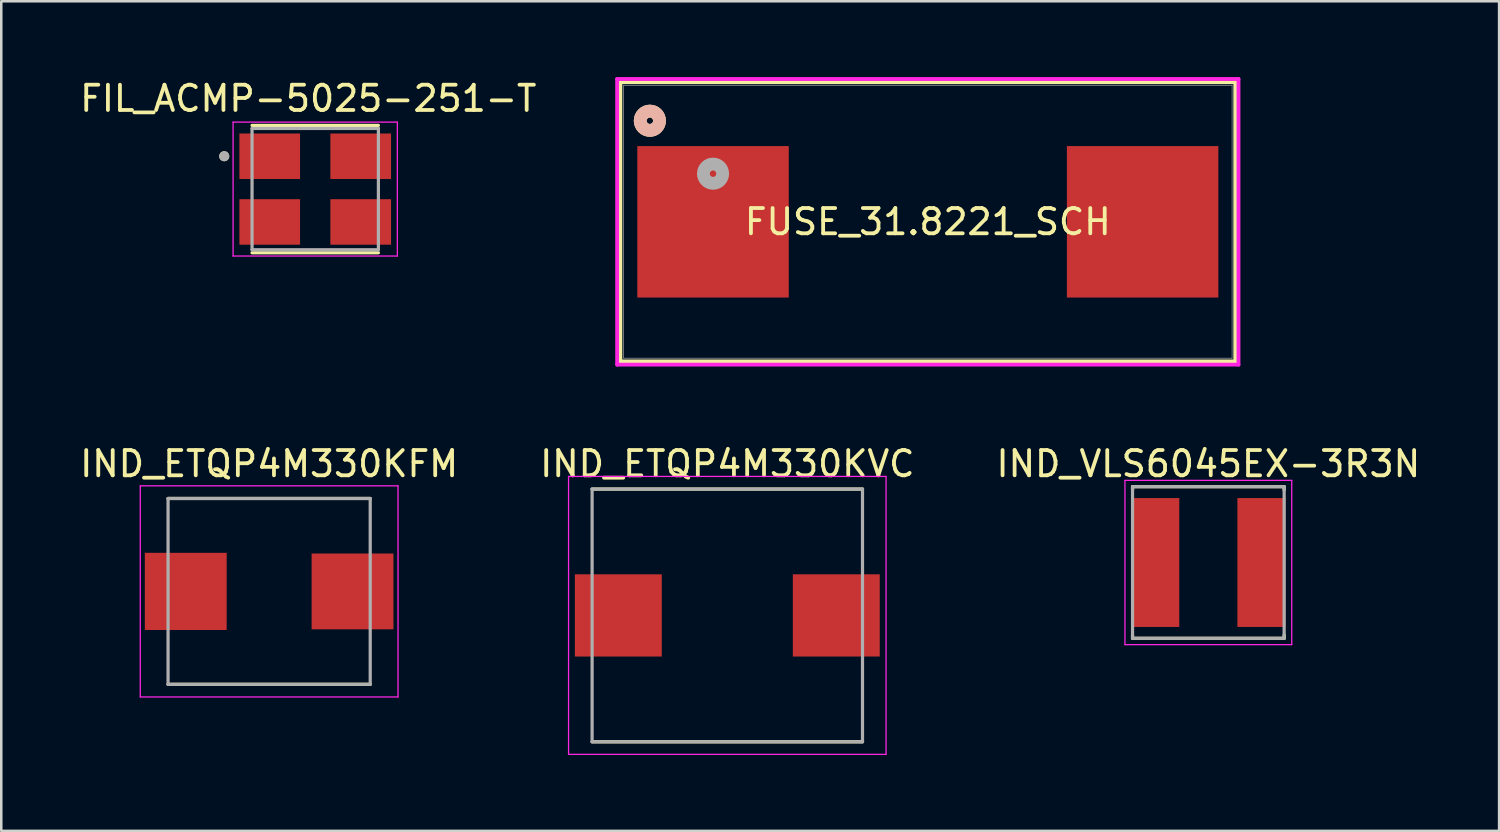
<source format=kicad_pcb>
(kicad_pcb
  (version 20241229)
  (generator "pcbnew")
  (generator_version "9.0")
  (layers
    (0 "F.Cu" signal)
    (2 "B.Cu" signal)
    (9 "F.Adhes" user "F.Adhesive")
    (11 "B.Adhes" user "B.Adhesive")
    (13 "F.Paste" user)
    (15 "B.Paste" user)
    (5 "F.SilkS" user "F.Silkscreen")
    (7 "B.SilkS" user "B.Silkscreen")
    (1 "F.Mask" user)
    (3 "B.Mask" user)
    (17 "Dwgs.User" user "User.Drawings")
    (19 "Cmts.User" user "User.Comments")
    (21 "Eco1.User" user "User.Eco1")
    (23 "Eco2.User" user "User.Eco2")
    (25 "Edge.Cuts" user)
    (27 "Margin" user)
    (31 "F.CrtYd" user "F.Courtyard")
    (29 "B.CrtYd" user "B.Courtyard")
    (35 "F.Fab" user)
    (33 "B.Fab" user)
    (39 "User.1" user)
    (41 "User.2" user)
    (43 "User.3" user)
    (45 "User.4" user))
  (footprint "FUSE_31.8221_SCH"
    (layer "F.Cu")
    (at 33.667 5.728)
    (property "Reference" "FUSE_31.8221_SCH" (at 0 0 0) (unlocked yes) (layer "F.SilkS") (effects (font (size 1 1) (thickness 0.15))))
    (attr smd)
    (fp_line (start -12.167 -5.524) (end -12.167 5.524) (stroke (width 0.152) (type solid)) (layer "F.SilkS"))
    (fp_line (start -12.167 5.524) (end 12.167 5.524) (stroke (width 0.152) (type solid)) (layer "F.SilkS"))
    (fp_line (start 12.167 -5.524) (end -12.167 -5.524) (stroke (width 0.152) (type solid)) (layer "F.SilkS"))
    (fp_line (start 12.167 5.524) (end 12.167 -5.524) (stroke (width 0.152) (type solid)) (layer "F.SilkS"))
    (fp_circle (center -11 -4) (end -10.619 -4) (stroke (width 0.508) (type solid)) (fill no) (layer "F.SilkS"))
    (fp_circle (center -11 -4) (end -10.619 -4) (stroke (width 0.508) (type solid)) (fill no) (layer "B.SilkS"))
    (fp_line (start -12.294 -5.652) (end -12.294 5.652) (stroke (width 0.152) (type solid)) (layer "F.CrtYd"))
    (fp_line (start -12.294 5.652) (end 12.294 5.652) (stroke (width 0.152) (type solid)) (layer "F.CrtYd"))
    (fp_line (start 12.294 -5.652) (end -12.294 -5.652) (stroke (width 0.152) (type solid)) (layer "F.CrtYd"))
    (fp_line (start 12.294 5.652) (end 12.294 -5.652) (stroke (width 0.152) (type solid)) (layer "F.CrtYd"))
    (fp_line (start -12.04 -5.397) (end -12.04 5.397) (stroke (width 0.025) (type solid)) (layer "F.Fab"))
    (fp_line (start -12.04 5.397) (end 12.04 5.397) (stroke (width 0.025) (type solid)) (layer "F.Fab"))
    (fp_line (start 12.04 -5.397) (end -12.04 -5.397) (stroke (width 0.025) (type solid)) (layer "F.Fab"))
    (fp_line (start 12.04 5.397) (end 12.04 -5.397) (stroke (width 0.025) (type solid)) (layer "F.Fab"))
    (fp_circle (center -8.5 -1.905) (end -8.119 -1.905) (stroke (width 0.508) (type solid)) (fill no) (layer "F.Fab"))
    (pad "1" smd rect (at -8.5 0) (size 5.994 5.994) (layers "F.Cu" "F.Mask" "F.Paste"))
    (pad "2" smd rect (at 8.5 0) (size 5.994 5.994) (layers "F.Cu" "F.Mask" "F.Paste")))
  (footprint "IND_VLS6045EX-3R3N"
    (layer "F.Cu")
    (at 44.768 19.21)
    (property "Reference" "IND_VLS6045EX-3R3N" (at 0 -3.906 0) (layer "F.SilkS") (effects (font (size 1 1) (thickness 0.15))))
    (attr smd)
    (fp_line (start -3 -3) (end -3 -2.87) (stroke (width 0.127) (type solid)) (layer "F.SilkS"))
    (fp_line (start -3 -3) (end 3 -3) (stroke (width 0.127) (type solid)) (layer "F.SilkS"))
    (fp_line (start -3 3) (end -3 2.87) (stroke (width 0.127) (type solid)) (layer "F.SilkS"))
    (fp_line (start -3 3) (end 3 3) (stroke (width 0.127) (type solid)) (layer "F.SilkS"))
    (fp_line (start 3 -3) (end 3 -2.87) (stroke (width 0.127) (type solid)) (layer "F.SilkS"))
    (fp_line (start 3 3) (end 3 2.87) (stroke (width 0.127) (type solid)) (layer "F.SilkS"))
    (fp_line (start -3.3 -3.25) (end -3.3 3.25) (stroke (width 0.05) (type solid)) (layer "F.CrtYd"))
    (fp_line (start -3.3 3.25) (end 3.3 3.25) (stroke (width 0.05) (type solid)) (layer "F.CrtYd"))
    (fp_line (start 3.3 -3.25) (end -3.3 -3.25) (stroke (width 0.05) (type solid)) (layer "F.CrtYd"))
    (fp_line (start 3.3 3.25) (end 3.3 -3.25) (stroke (width 0.05) (type solid)) (layer "F.CrtYd"))
    (fp_line (start -3 -3) (end -3 3) (stroke (width 0.127) (type solid)) (layer "F.Fab"))
    (fp_line (start -3 -3) (end 3 -3) (stroke (width 0.127) (type solid)) (layer "F.Fab"))
    (fp_line (start -3 3) (end 3 3) (stroke (width 0.127) (type solid)) (layer "F.Fab"))
    (fp_line (start 3 -3) (end 3 3) (stroke (width 0.127) (type solid)) (layer "F.Fab"))
    (pad "1" smd rect (at -2.1 0) (size 1.9 5.1) (layers "F.Cu" "F.Mask" "F.Paste"))
    (pad "2" smd rect (at 2.1 0) (size 1.9 5.1) (layers "F.Cu" "F.Mask" "F.Paste"))
    (zone (net_name "") (layers "F.Cu" "B.Cu") (hatch edge 0.5) (connect_pads) (min_thickness 0.25) (filled_areas_thickness no) (keepout (tracks not_allowed) (vias not_allowed) (pads not_allowed) (copperpour not_allowed) (footprints allowed)) (placement (enabled no)) (fill) (polygon (pts (xy 41.718 16.66) (xy 41.718 16.21) (xy 47.818 16.21) (xy 47.818 16.66) (xy 45.918 16.66) (xy 45.918 21.76) (xy 47.818 21.76) (xy 47.818 22.21) (xy 41.718 22.21) (xy 41.718 21.76) (xy 43.618 21.76) (xy 43.618 16.66)))))
  (footprint "IND_ETQP4M330KVC"
    (layer "F.Cu")
    (at 25.732 21.304)
    (property "Reference" "IND_ETQP4M330KVC" (at 0 -6 0) (layer "F.SilkS") (effects (font (size 1 1) (thickness 0.15))))
    (attr smd)
    (fp_line (start -5.35 -5) (end 5.35 -5) (stroke (width 0.127) (type solid)) (layer "F.SilkS"))
    (fp_line (start -5.35 5) (end 5.35 5) (stroke (width 0.127) (type solid)) (layer "F.SilkS"))
    (fp_line (start -6.282 -5.5) (end -6.282 5.5) (stroke (width 0.05) (type solid)) (layer "F.CrtYd"))
    (fp_line (start -6.282 5.5) (end 6.282 5.5) (stroke (width 0.05) (type solid)) (layer "F.CrtYd"))
    (fp_line (start 6.282 -5.5) (end -6.282 -5.5) (stroke (width 0.05) (type solid)) (layer "F.CrtYd"))
    (fp_line (start 6.282 5.5) (end 6.282 -5.5) (stroke (width 0.05) (type solid)) (layer "F.CrtYd"))
    (fp_line (start -5.35 -5) (end -5.35 5) (stroke (width 0.127) (type solid)) (layer "F.Fab"))
    (fp_line (start -5.35 -5) (end 5.35 -5) (stroke (width 0.127) (type solid)) (layer "F.Fab"))
    (fp_line (start -5.35 5) (end 5.35 5) (stroke (width 0.127) (type solid)) (layer "F.Fab"))
    (fp_line (start 5.35 -5) (end 5.35 5) (stroke (width 0.127) (type solid)) (layer "F.Fab"))
    (pad "1" smd rect (at -4.313 0) (size 3.439 3.254) (layers "F.Cu" "F.Mask" "F.Paste"))
    (pad "2" smd rect (at 4.313 0) (size 3.439 3.254) (layers "F.Cu" "F.Mask" "F.Paste"))
    (zone (net_name "") (layer "F.Cu") (hatch full 0.508) (connect_pads) (min_thickness 0.01) (filled_areas_thickness no) (keepout (tracks not_allowed) (vias not_allowed) (pads not_allowed) (copperpour not_allowed) (footprints allowed)) (placement (enabled no)) (fill) (polygon (pts (xy 19.882 15.804) (xy 19.882 19.677) (xy 23.139 19.677) (xy 23.139 22.931) (xy 19.882 22.931) (xy 19.882 26.804) (xy 31.582 26.804) (xy 31.582 22.931) (xy 28.326 22.931) (xy 28.326 19.677) (xy 31.582 19.677) (xy 31.582 15.804))))
    (zone (net_name "") (layers "F.Cu" "B.Cu") (hatch full 0.508) (connect_pads) (min_thickness 0.01) (filled_areas_thickness no) (keepout (tracks not_allowed) (vias not_allowed) (pads not_allowed) (copperpour not_allowed) (footprints allowed)) (placement (enabled no)) (fill) (polygon (pts (xy 19.882 15.804) (xy 19.882 19.677) (xy 23.139 19.677) (xy 23.139 22.931) (xy 19.882 22.931) (xy 19.882 26.804) (xy 31.582 26.804) (xy 31.582 22.931) (xy 28.326 22.931) (xy 28.326 19.677) (xy 31.582 19.677) (xy 31.582 15.804)))))
  (footprint "FIL_ACMP-5025-251-T"
    (layer "F.Cu")
    (at 9.424 4.433)
    (property "Reference" "FIL_ACMP-5025-251-T" (at -0.275 -3.585 0) (layer "F.SilkS") (effects (font (size 1 1) (thickness 0.15))))
    (attr smd)
    (fp_line (start -2.5 -2.52) (end 2.5 -2.52) (stroke (width 0.127) (type solid)) (layer "F.SilkS"))
    (fp_line (start -2.5 2.52) (end 2.5 2.52) (stroke (width 0.127) (type solid)) (layer "F.SilkS"))
    (fp_circle (center -3.6 -1.3) (end -3.5 -1.3) (stroke (width 0.2) (type solid)) (fill no) (layer "F.SilkS"))
    (fp_line (start -3.25 -2.65) (end -3.25 2.65) (stroke (width 0.05) (type solid)) (layer "F.CrtYd"))
    (fp_line (start -3.25 2.65) (end 3.25 2.65) (stroke (width 0.05) (type solid)) (layer "F.CrtYd"))
    (fp_line (start 3.25 -2.65) (end -3.25 -2.65) (stroke (width 0.05) (type solid)) (layer "F.CrtYd"))
    (fp_line (start 3.25 2.65) (end 3.25 -2.65) (stroke (width 0.05) (type solid)) (layer "F.CrtYd"))
    (fp_line (start -2.5 -2.4) (end 2.5 -2.4) (stroke (width 0.127) (type solid)) (layer "F.Fab"))
    (fp_line (start -2.5 2.4) (end -2.5 -2.4) (stroke (width 0.127) (type solid)) (layer "F.Fab"))
    (fp_line (start 2.5 -2.4) (end 2.5 2.4) (stroke (width 0.127) (type solid)) (layer "F.Fab"))
    (fp_line (start 2.5 2.4) (end -2.5 2.4) (stroke (width 0.127) (type solid)) (layer "F.Fab"))
    (fp_circle (center -3.6 -1.3) (end -3.5 -1.3) (stroke (width 0.2) (type solid)) (fill no) (layer "F.Fab"))
    (pad "1" smd rect (at -1.8 -1.3) (size 2.4 1.8) (layers "F.Cu" "F.Mask" "F.Paste"))
    (pad "2" smd rect (at -1.8 1.3) (size 2.4 1.8) (layers "F.Cu" "F.Mask" "F.Paste"))
    (pad "3" smd rect (at 1.8 1.3) (size 2.4 1.8) (layers "F.Cu" "F.Mask" "F.Paste"))
    (pad "4" smd rect (at 1.8 -1.3) (size 2.4 1.8) (layers "F.Cu" "F.Mask" "F.Paste")))
  (footprint "IND_ETQP4M330KFM"
    (layer "F.Cu")
    (at 7.601 20.354)
    (property "Reference" "IND_ETQP4M330KFM" (at 0 -5.05 0) (layer "F.SilkS") (effects (font (size 1 1) (thickness 0.15))))
    (attr smd)
    (fp_line (start -4 -3.677) (end 4 -3.677) (stroke (width 0.127) (type solid)) (layer "F.SilkS"))
    (fp_line (start -4 3.677) (end 4 3.677) (stroke (width 0.127) (type solid)) (layer "F.SilkS"))
    (fp_line (start -5.1 -4.177) (end -5.1 4.177) (stroke (width 0.05) (type solid)) (layer "F.CrtYd"))
    (fp_line (start -5.1 4.177) (end 5.1 4.177) (stroke (width 0.05) (type solid)) (layer "F.CrtYd"))
    (fp_line (start 5.1 -4.177) (end -5.1 -4.177) (stroke (width 0.05) (type solid)) (layer "F.CrtYd"))
    (fp_line (start 5.1 4.177) (end 5.1 -4.177) (stroke (width 0.05) (type solid)) (layer "F.CrtYd"))
    (fp_line (start -4 -3.677) (end -4 3.677) (stroke (width 0.127) (type solid)) (layer "F.Fab"))
    (fp_line (start -4 -3.677) (end 4 -3.677) (stroke (width 0.127) (type solid)) (layer "F.Fab"))
    (fp_line (start -4 3.677) (end 4 3.677) (stroke (width 0.127) (type solid)) (layer "F.Fab"))
    (fp_line (start 4 -3.677) (end 4 3.677) (stroke (width 0.127) (type solid)) (layer "F.Fab"))
    (pad "1" smd rect (at -3.3 0) (size 3.239 3.054) (layers "F.Cu" "F.Mask" "F.Paste"))
    (pad "2" smd rect (at 3.3 0) (size 3.239 3) (layers "F.Cu" "F.Mask" "F.Paste"))
    (zone (net_name "") (layer "F.Cu") (hatch full 0.508) (connect_pads) (min_thickness 0.01) (filled_areas_thickness no) (keepout (tracks not_allowed) (vias not_allowed) (pads not_allowed) (copperpour not_allowed) (footprints allowed)) (placement (enabled no)) (fill) (polygon (pts (xy 2.776 16.179) (xy 2.776 18.827) (xy 5.933 18.827) (xy 5.933 21.881) (xy 2.776 21.881) (xy 2.776 24.529) (xy 12.426 24.529) (xy 12.426 21.856) (xy 9.27 21.856) (xy 9.27 18.852) (xy 12.426 18.852) (xy 12.426 16.179))))
    (zone (net_name "") (layers "F.Cu" "B.Cu") (hatch full 0.508) (connect_pads) (min_thickness 0.01) (filled_areas_thickness no) (keepout (tracks not_allowed) (vias not_allowed) (pads not_allowed) (copperpour not_allowed) (footprints allowed)) (placement (enabled no)) (fill) (polygon (pts (xy 2.776 16.179) (xy 2.776 18.827) (xy 5.933 18.827) (xy 5.933 21.881) (xy 2.776 21.881) (xy 2.776 24.529) (xy 12.426 24.529) (xy 12.426 21.856) (xy 9.27 21.856) (xy 9.27 18.852) (xy 12.426 18.852) (xy 12.426 16.179)))))
  (gr_rect
    (start -3 -3)
    (end 56.274 29.829)
    (stroke (width 0.1) (type default))
    (fill no)
    (layer "Edge.Cuts")))
</source>
